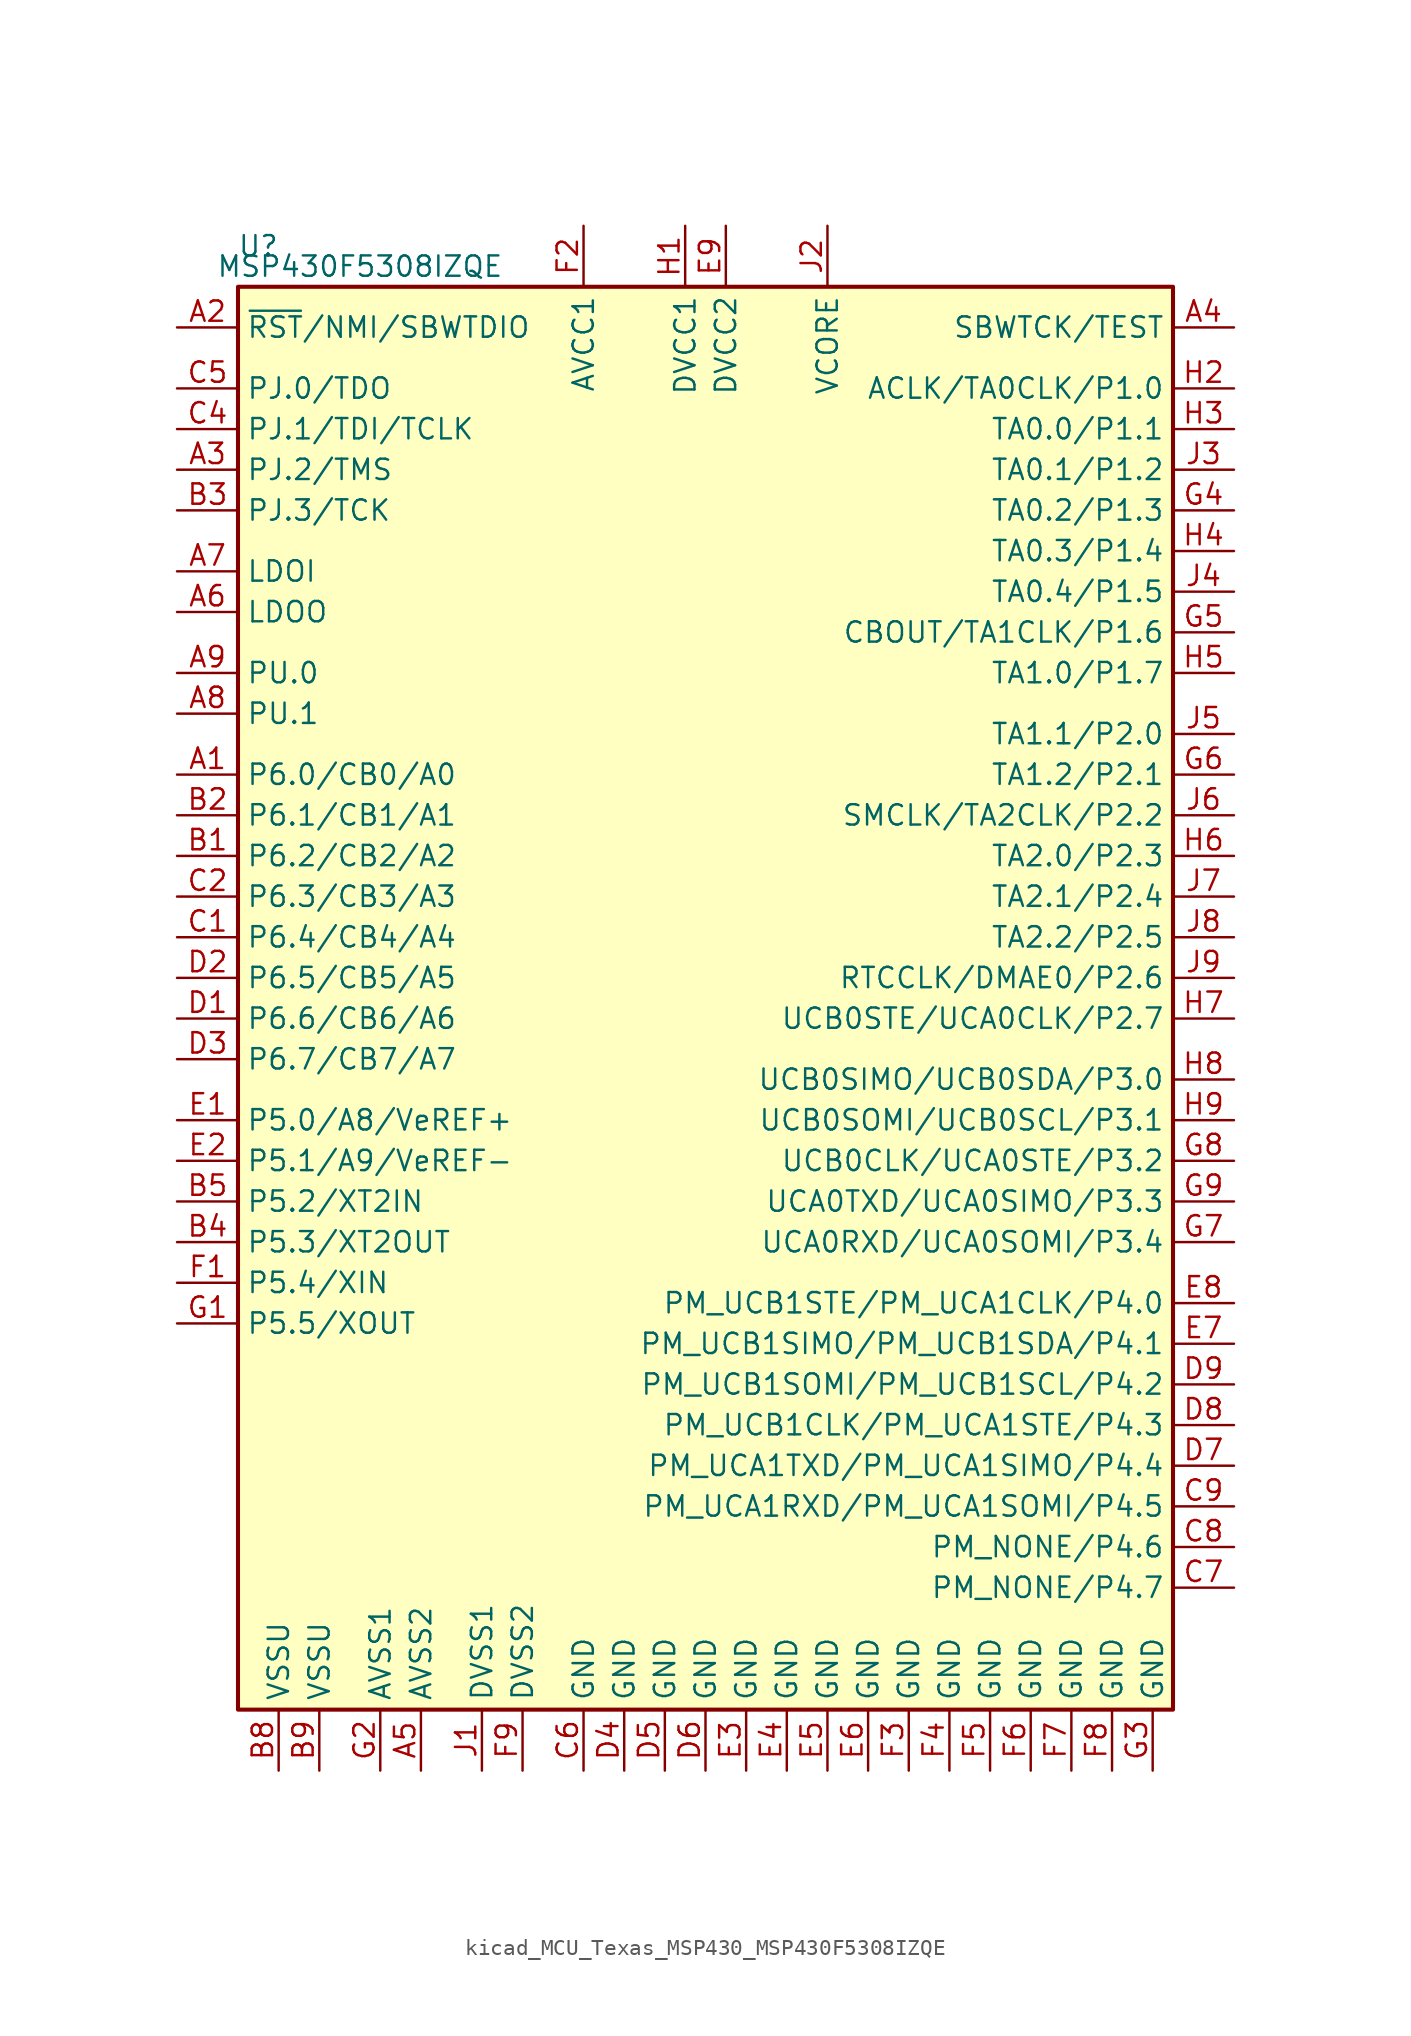
<source format=kicad_sym>
(kicad_symbol_lib
  (version 20220914)
  (generator kicad_symbol_editor)
  (symbol "kicad_MCU_Texas_MSP430_MSP430F5308IZQE"
    (property "Reference" "U"
      (at -27.94 46.99 0)
      (effects (font (size 1.27 1.27))))
    (property "Value" "MSP430F5308IZQE"
      (at -21.59 45.72 0)
      (effects (font (size 1.27 1.27))))
    (symbol "kicad_MCU_Texas_MSP430_MSP430F5308IZQE_0_1"
      (rectangle (start -29.21 44.45) (end 29.21 -44.45) (stroke (width 0.254) (type default)) (fill (type background))))
    (symbol "kicad_MCU_Texas_MSP430_MSP430F5308IZQE_1_1"
      (pin bidirectional line (at -33.02 13.97 0) (length 3.81) (name "P6.0/CB0/A0" (effects (font (size 1.27 1.27)))) (number "A1" (effects (font (size 1.27 1.27)))))
      (pin input line (at -33.02 41.91 0) (length 3.81) (name "~{RST}/NMI/SBWTDIO" (effects (font (size 1.27 1.27)))) (number "A2" (effects (font (size 1.27 1.27)))))
      (pin bidirectional line (at -33.02 33.02 0) (length 3.81) (name "PJ.2/TMS" (effects (font (size 1.27 1.27)))) (number "A3" (effects (font (size 1.27 1.27)))))
      (pin input line (at 33.02 41.91 180) (length 3.81) (name "SBWTCK/TEST" (effects (font (size 1.27 1.27)))) (number "A4" (effects (font (size 1.27 1.27)))))
      (pin power_in line (at -17.78 -48.26 90) (length 3.81) (name "AVSS2" (effects (font (size 1.27 1.27)))) (number "A5" (effects (font (size 1.27 1.27)))))
      (pin power_out line (at -33.02 24.13 0) (length 3.81) (name "LDOO" (effects (font (size 1.27 1.27)))) (number "A6" (effects (font (size 1.27 1.27)))))
      (pin power_in line (at -33.02 26.67 0) (length 3.81) (name "LDOI" (effects (font (size 1.27 1.27)))) (number "A7" (effects (font (size 1.27 1.27)))))
      (pin bidirectional line (at -33.02 17.78 0) (length 3.81) (name "PU.1" (effects (font (size 1.27 1.27)))) (number "A8" (effects (font (size 1.27 1.27)))))
      (pin bidirectional line (at -33.02 20.32 0) (length 3.81) (name "PU.0" (effects (font (size 1.27 1.27)))) (number "A9" (effects (font (size 1.27 1.27)))))
      (pin bidirectional line (at -33.02 8.89 0) (length 3.81) (name "P6.2/CB2/A2" (effects (font (size 1.27 1.27)))) (number "B1" (effects (font (size 1.27 1.27)))))
      (pin bidirectional line (at -33.02 11.43 0) (length 3.81) (name "P6.1/CB1/A1" (effects (font (size 1.27 1.27)))) (number "B2" (effects (font (size 1.27 1.27)))))
      (pin bidirectional line (at -33.02 30.48 0) (length 3.81) (name "PJ.3/TCK" (effects (font (size 1.27 1.27)))) (number "B3" (effects (font (size 1.27 1.27)))))
      (pin bidirectional line (at -33.02 -15.24 0) (length 3.81) (name "P5.3/XT2OUT" (effects (font (size 1.27 1.27)))) (number "B4" (effects (font (size 1.27 1.27)))))
      (pin bidirectional line (at -33.02 -12.7 0) (length 3.81) (name "P5.2/XT2IN" (effects (font (size 1.27 1.27)))) (number "B5" (effects (font (size 1.27 1.27)))))
      (pin power_in line (at -26.67 -48.26 90) (length 3.81) (name "VSSU" (effects (font (size 1.27 1.27)))) (number "B8" (effects (font (size 1.27 1.27)))))
      (pin power_in line (at -24.13 -48.26 90) (length 3.81) (name "VSSU" (effects (font (size 1.27 1.27)))) (number "B9" (effects (font (size 1.27 1.27)))))
      (pin bidirectional line (at -33.02 3.81 0) (length 3.81) (name "P6.4/CB4/A4" (effects (font (size 1.27 1.27)))) (number "C1" (effects (font (size 1.27 1.27)))))
      (pin bidirectional line (at -33.02 6.35 0) (length 3.81) (name "P6.3/CB3/A3" (effects (font (size 1.27 1.27)))) (number "C2" (effects (font (size 1.27 1.27)))))
      (pin bidirectional line (at -33.02 35.56 0) (length 3.81) (name "PJ.1/TDI/TCLK" (effects (font (size 1.27 1.27)))) (number "C4" (effects (font (size 1.27 1.27)))))
      (pin bidirectional line (at -33.02 38.1 0) (length 3.81) (name "PJ.0/TDO" (effects (font (size 1.27 1.27)))) (number "C5" (effects (font (size 1.27 1.27)))))
      (pin power_in line (at -7.62 -48.26 90) (length 3.81) (name "GND" (effects (font (size 1.27 1.27)))) (number "C6" (effects (font (size 1.27 1.27)))))
      (pin bidirectional line (at 33.02 -36.83 180) (length 3.81) (name "PM_NONE/P4.7" (effects (font (size 1.27 1.27)))) (number "C7" (effects (font (size 1.27 1.27)))))
      (pin bidirectional line (at 33.02 -34.29 180) (length 3.81) (name "PM_NONE/P4.6" (effects (font (size 1.27 1.27)))) (number "C8" (effects (font (size 1.27 1.27)))))
      (pin bidirectional line (at 33.02 -31.75 180) (length 3.81) (name "PM_UCA1RXD/PM_UCA1SOMI/P4.5" (effects (font (size 1.27 1.27)))) (number "C9" (effects (font (size 1.27 1.27)))))
      (pin bidirectional line (at -33.02 -1.27 0) (length 3.81) (name "P6.6/CB6/A6" (effects (font (size 1.27 1.27)))) (number "D1" (effects (font (size 1.27 1.27)))))
      (pin bidirectional line (at -33.02 1.27 0) (length 3.81) (name "P6.5/CB5/A5" (effects (font (size 1.27 1.27)))) (number "D2" (effects (font (size 1.27 1.27)))))
      (pin bidirectional line (at -33.02 -3.81 0) (length 3.81) (name "P6.7/CB7/A7" (effects (font (size 1.27 1.27)))) (number "D3" (effects (font (size 1.27 1.27)))))
      (pin power_in line (at -5.08 -48.26 90) (length 3.81) (name "GND" (effects (font (size 1.27 1.27)))) (number "D4" (effects (font (size 1.27 1.27)))))
      (pin power_in line (at -2.54 -48.26 90) (length 3.81) (name "GND" (effects (font (size 1.27 1.27)))) (number "D5" (effects (font (size 1.27 1.27)))))
      (pin power_in line (at 0 -48.26 90) (length 3.81) (name "GND" (effects (font (size 1.27 1.27)))) (number "D6" (effects (font (size 1.27 1.27)))))
      (pin bidirectional line (at 33.02 -29.21 180) (length 3.81) (name "PM_UCA1TXD/PM_UCA1SIMO/P4.4" (effects (font (size 1.27 1.27)))) (number "D7" (effects (font (size 1.27 1.27)))))
      (pin bidirectional line (at 33.02 -26.67 180) (length 3.81) (name "PM_UCB1CLK/PM_UCA1STE/P4.3" (effects (font (size 1.27 1.27)))) (number "D8" (effects (font (size 1.27 1.27)))))
      (pin bidirectional line (at 33.02 -24.13 180) (length 3.81) (name "PM_UCB1SOMI/PM_UCB1SCL/P4.2" (effects (font (size 1.27 1.27)))) (number "D9" (effects (font (size 1.27 1.27)))))
      (pin bidirectional line (at -33.02 -7.62 0) (length 3.81) (name "P5.0/A8/VeREF+" (effects (font (size 1.27 1.27)))) (number "E1" (effects (font (size 1.27 1.27)))))
      (pin bidirectional line (at -33.02 -10.16 0) (length 3.81) (name "P5.1/A9/VeREF-" (effects (font (size 1.27 1.27)))) (number "E2" (effects (font (size 1.27 1.27)))))
      (pin power_in line (at 2.54 -48.26 90) (length 3.81) (name "GND" (effects (font (size 1.27 1.27)))) (number "E3" (effects (font (size 1.27 1.27)))))
      (pin power_in line (at 5.08 -48.26 90) (length 3.81) (name "GND" (effects (font (size 1.27 1.27)))) (number "E4" (effects (font (size 1.27 1.27)))))
      (pin power_in line (at 7.62 -48.26 90) (length 3.81) (name "GND" (effects (font (size 1.27 1.27)))) (number "E5" (effects (font (size 1.27 1.27)))))
      (pin power_in line (at 10.16 -48.26 90) (length 3.81) (name "GND" (effects (font (size 1.27 1.27)))) (number "E6" (effects (font (size 1.27 1.27)))))
      (pin bidirectional line (at 33.02 -21.59 180) (length 3.81) (name "PM_UCB1SIMO/PM_UCB1SDA/P4.1" (effects (font (size 1.27 1.27)))) (number "E7" (effects (font (size 1.27 1.27)))))
      (pin bidirectional line (at 33.02 -19.05 180) (length 3.81) (name "PM_UCB1STE/PM_UCA1CLK/P4.0" (effects (font (size 1.27 1.27)))) (number "E8" (effects (font (size 1.27 1.27)))))
      (pin power_in line (at 1.27 48.26 270) (length 3.81) (name "DVCC2" (effects (font (size 1.27 1.27)))) (number "E9" (effects (font (size 1.27 1.27)))))
      (pin bidirectional line (at -33.02 -17.78 0) (length 3.81) (name "P5.4/XIN" (effects (font (size 1.27 1.27)))) (number "F1" (effects (font (size 1.27 1.27)))))
      (pin power_in line (at -7.62 48.26 270) (length 3.81) (name "AVCC1" (effects (font (size 1.27 1.27)))) (number "F2" (effects (font (size 1.27 1.27)))))
      (pin power_in line (at 12.7 -48.26 90) (length 3.81) (name "GND" (effects (font (size 1.27 1.27)))) (number "F3" (effects (font (size 1.27 1.27)))))
      (pin power_in line (at 15.24 -48.26 90) (length 3.81) (name "GND" (effects (font (size 1.27 1.27)))) (number "F4" (effects (font (size 1.27 1.27)))))
      (pin power_in line (at 17.78 -48.26 90) (length 3.81) (name "GND" (effects (font (size 1.27 1.27)))) (number "F5" (effects (font (size 1.27 1.27)))))
      (pin power_in line (at 20.32 -48.26 90) (length 3.81) (name "GND" (effects (font (size 1.27 1.27)))) (number "F6" (effects (font (size 1.27 1.27)))))
      (pin power_in line (at 22.86 -48.26 90) (length 3.81) (name "GND" (effects (font (size 1.27 1.27)))) (number "F7" (effects (font (size 1.27 1.27)))))
      (pin power_in line (at 25.4 -48.26 90) (length 3.81) (name "GND" (effects (font (size 1.27 1.27)))) (number "F8" (effects (font (size 1.27 1.27)))))
      (pin power_in line (at -11.43 -48.26 90) (length 3.81) (name "DVSS2" (effects (font (size 1.27 1.27)))) (number "F9" (effects (font (size 1.27 1.27)))))
      (pin bidirectional line (at -33.02 -20.32 0) (length 3.81) (name "P5.5/XOUT" (effects (font (size 1.27 1.27)))) (number "G1" (effects (font (size 1.27 1.27)))))
      (pin power_in line (at -20.32 -48.26 90) (length 3.81) (name "AVSS1" (effects (font (size 1.27 1.27)))) (number "G2" (effects (font (size 1.27 1.27)))))
      (pin power_in line (at 27.94 -48.26 90) (length 3.81) (name "GND" (effects (font (size 1.27 1.27)))) (number "G3" (effects (font (size 1.27 1.27)))))
      (pin bidirectional line (at 33.02 30.48 180) (length 3.81) (name "TA0.2/P1.3" (effects (font (size 1.27 1.27)))) (number "G4" (effects (font (size 1.27 1.27)))))
      (pin bidirectional line (at 33.02 22.86 180) (length 3.81) (name "CBOUT/TA1CLK/P1.6" (effects (font (size 1.27 1.27)))) (number "G5" (effects (font (size 1.27 1.27)))))
      (pin bidirectional line (at 33.02 13.97 180) (length 3.81) (name "TA1.2/P2.1" (effects (font (size 1.27 1.27)))) (number "G6" (effects (font (size 1.27 1.27)))))
      (pin bidirectional line (at 33.02 -15.24 180) (length 3.81) (name "UCA0RXD/UCA0SOMI/P3.4" (effects (font (size 1.27 1.27)))) (number "G7" (effects (font (size 1.27 1.27)))))
      (pin bidirectional line (at 33.02 -10.16 180) (length 3.81) (name "UCB0CLK/UCA0STE/P3.2" (effects (font (size 1.27 1.27)))) (number "G8" (effects (font (size 1.27 1.27)))))
      (pin bidirectional line (at 33.02 -12.7 180) (length 3.81) (name "UCA0TXD/UCA0SIMO/P3.3" (effects (font (size 1.27 1.27)))) (number "G9" (effects (font (size 1.27 1.27)))))
      (pin power_in line (at -1.27 48.26 270) (length 3.81) (name "DVCC1" (effects (font (size 1.27 1.27)))) (number "H1" (effects (font (size 1.27 1.27)))))
      (pin bidirectional line (at 33.02 38.1 180) (length 3.81) (name "ACLK/TA0CLK/P1.0" (effects (font (size 1.27 1.27)))) (number "H2" (effects (font (size 1.27 1.27)))))
      (pin bidirectional line (at 33.02 35.56 180) (length 3.81) (name "TA0.0/P1.1" (effects (font (size 1.27 1.27)))) (number "H3" (effects (font (size 1.27 1.27)))))
      (pin bidirectional line (at 33.02 27.94 180) (length 3.81) (name "TA0.3/P1.4" (effects (font (size 1.27 1.27)))) (number "H4" (effects (font (size 1.27 1.27)))))
      (pin bidirectional line (at 33.02 20.32 180) (length 3.81) (name "TA1.0/P1.7" (effects (font (size 1.27 1.27)))) (number "H5" (effects (font (size 1.27 1.27)))))
      (pin bidirectional line (at 33.02 8.89 180) (length 3.81) (name "TA2.0/P2.3" (effects (font (size 1.27 1.27)))) (number "H6" (effects (font (size 1.27 1.27)))))
      (pin bidirectional line (at 33.02 -1.27 180) (length 3.81) (name "UCB0STE/UCA0CLK/P2.7" (effects (font (size 1.27 1.27)))) (number "H7" (effects (font (size 1.27 1.27)))))
      (pin bidirectional line (at 33.02 -5.08 180) (length 3.81) (name "UCB0SIMO/UCB0SDA/P3.0" (effects (font (size 1.27 1.27)))) (number "H8" (effects (font (size 1.27 1.27)))))
      (pin bidirectional line (at 33.02 -7.62 180) (length 3.81) (name "UCB0SOMI/UCB0SCL/P3.1" (effects (font (size 1.27 1.27)))) (number "H9" (effects (font (size 1.27 1.27)))))
      (pin power_in line (at -13.97 -48.26 90) (length 3.81) (name "DVSS1" (effects (font (size 1.27 1.27)))) (number "J1" (effects (font (size 1.27 1.27)))))
      (pin bidirectional line (at 7.62 48.26 270) (length 3.81) (name "VCORE" (effects (font (size 1.27 1.27)))) (number "J2" (effects (font (size 1.27 1.27)))))
      (pin bidirectional line (at 33.02 33.02 180) (length 3.81) (name "TA0.1/P1.2" (effects (font (size 1.27 1.27)))) (number "J3" (effects (font (size 1.27 1.27)))))
      (pin bidirectional line (at 33.02 25.4 180) (length 3.81) (name "TA0.4/P1.5" (effects (font (size 1.27 1.27)))) (number "J4" (effects (font (size 1.27 1.27)))))
      (pin bidirectional line (at 33.02 16.51 180) (length 3.81) (name "TA1.1/P2.0" (effects (font (size 1.27 1.27)))) (number "J5" (effects (font (size 1.27 1.27)))))
      (pin bidirectional line (at 33.02 11.43 180) (length 3.81) (name "SMCLK/TA2CLK/P2.2" (effects (font (size 1.27 1.27)))) (number "J6" (effects (font (size 1.27 1.27)))))
      (pin bidirectional line (at 33.02 6.35 180) (length 3.81) (name "TA2.1/P2.4" (effects (font (size 1.27 1.27)))) (number "J7" (effects (font (size 1.27 1.27)))))
      (pin bidirectional line (at 33.02 3.81 180) (length 3.81) (name "TA2.2/P2.5" (effects (font (size 1.27 1.27)))) (number "J8" (effects (font (size 1.27 1.27)))))
      (pin bidirectional line (at 33.02 1.27 180) (length 3.81) (name "RTCCLK/DMAE0/P2.6" (effects (font (size 1.27 1.27)))) (number "J9" (effects (font (size 1.27 1.27))))))))
</source>
